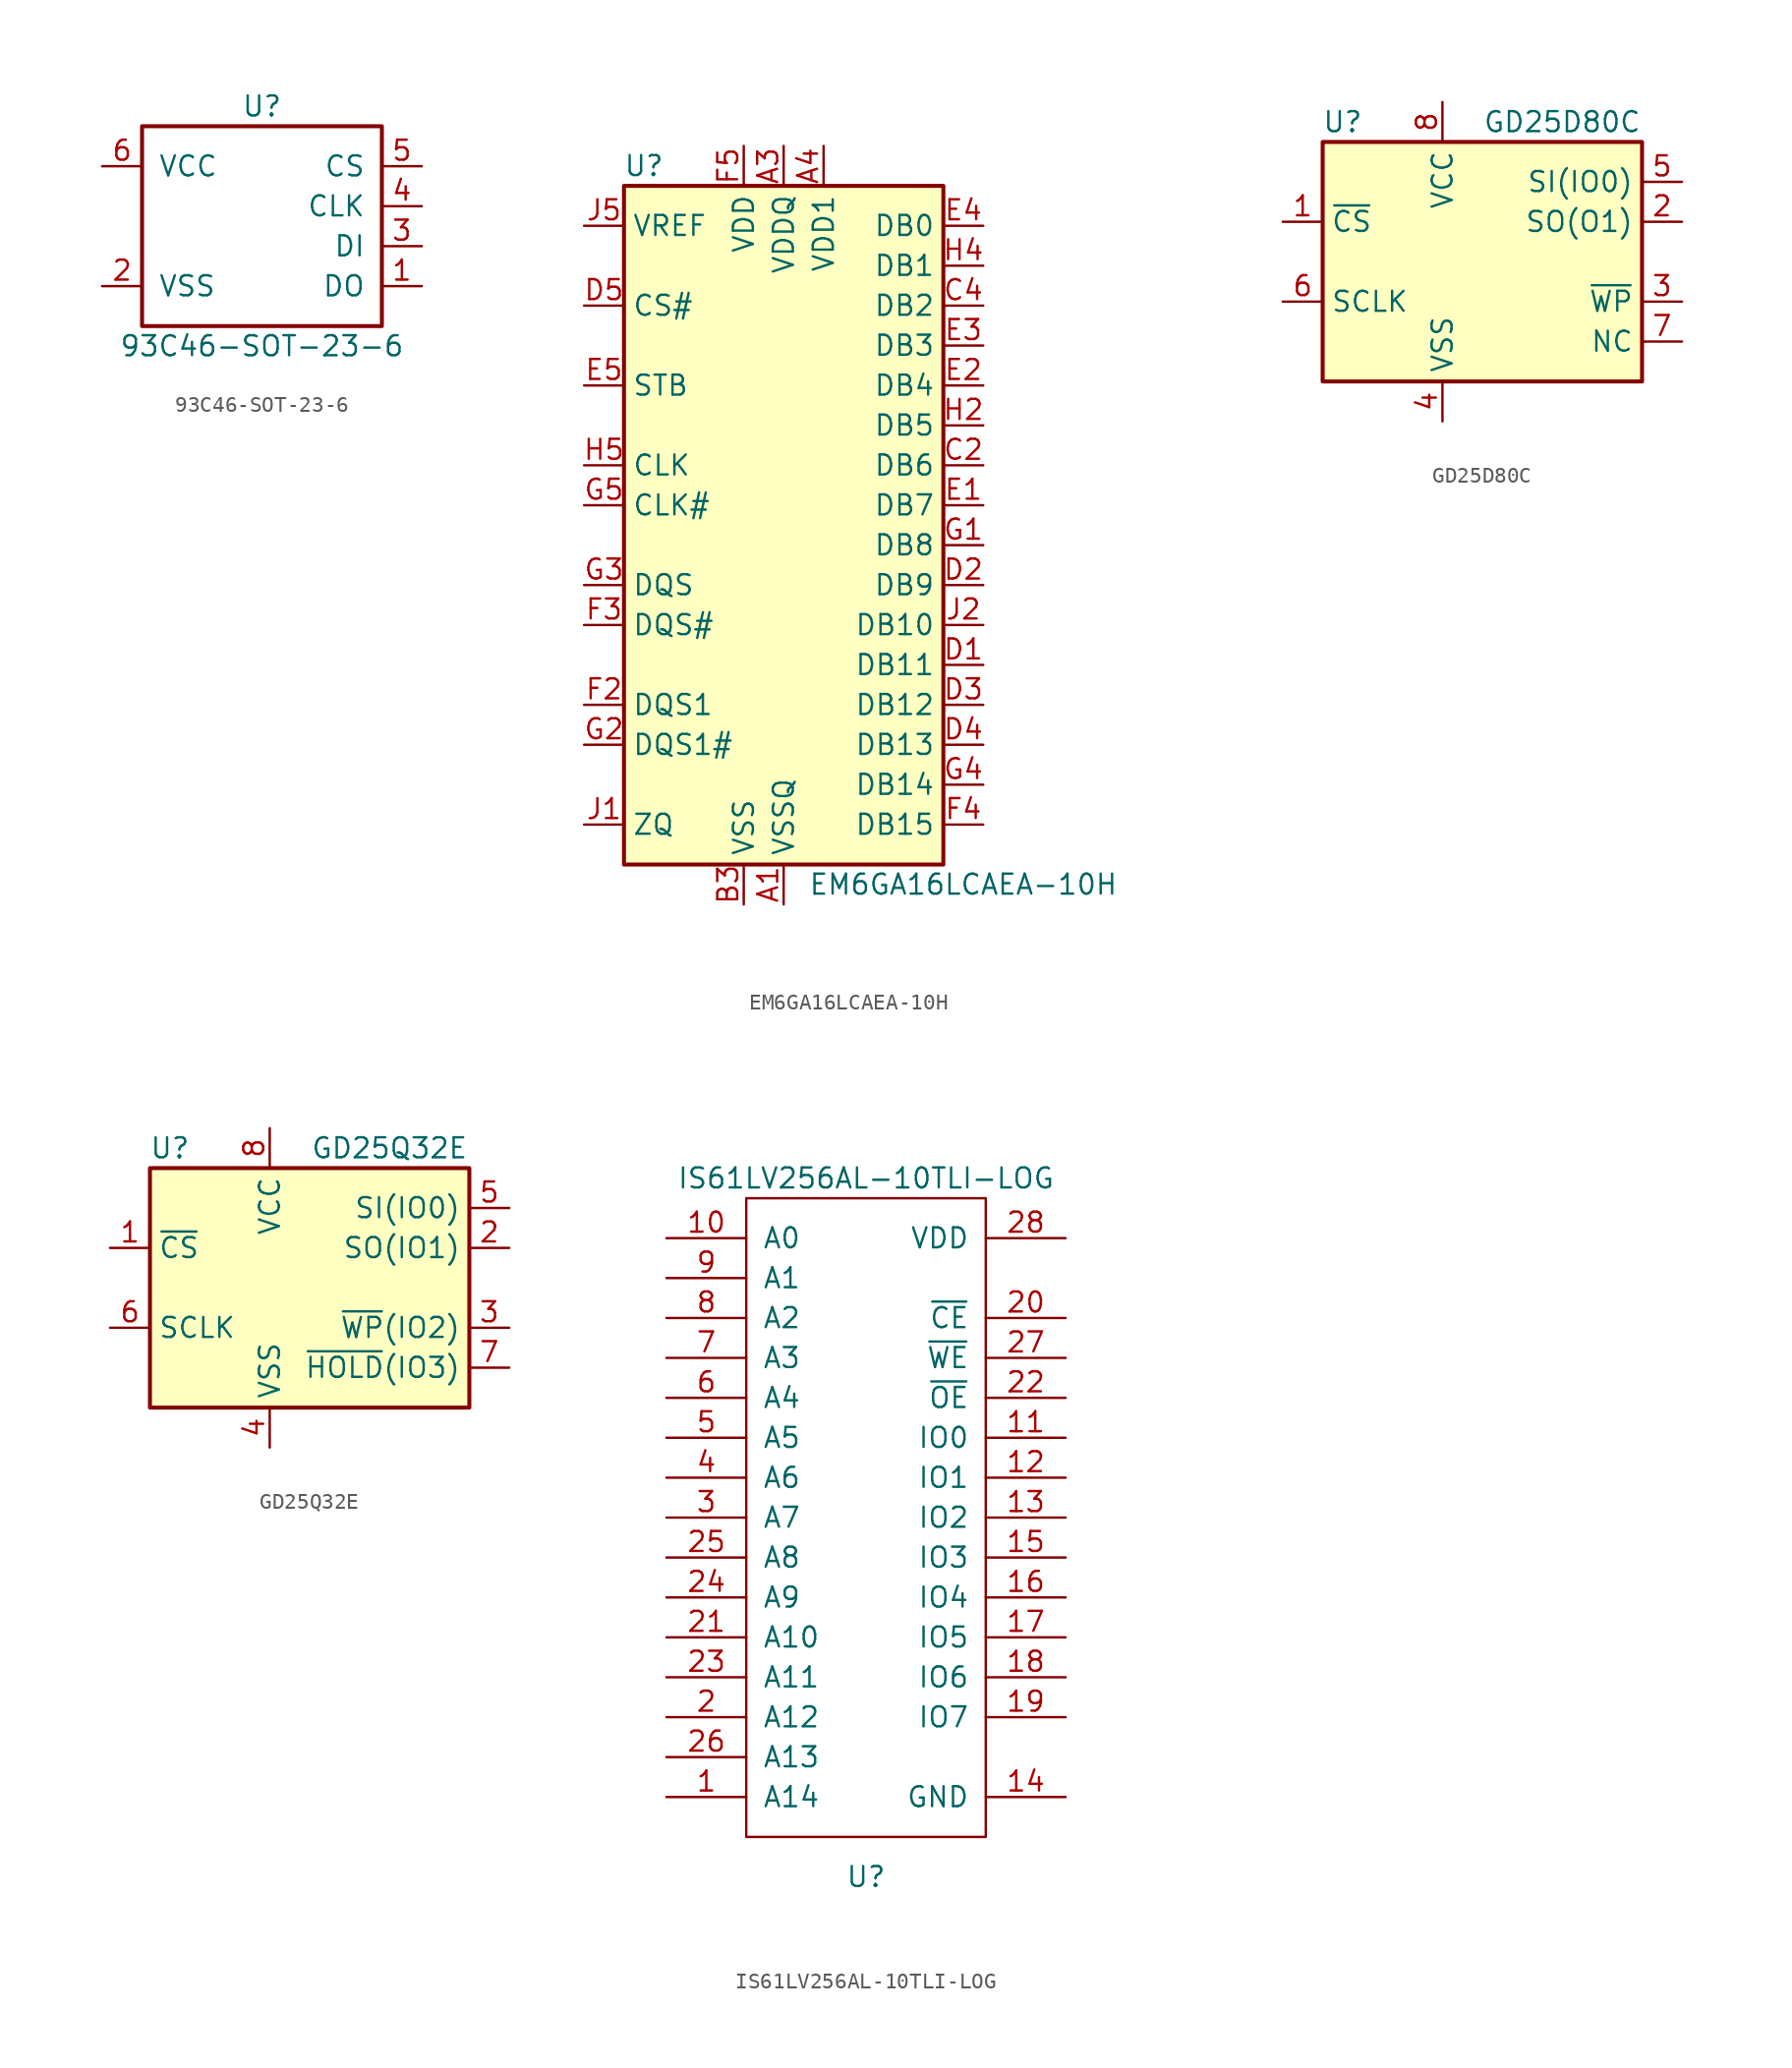
<source format=kicad_sym>
(kicad_symbol_lib
  (version 20211014)
  (generator kicad_symbol_editor)
  (symbol "93C46-SOT-23-6"
    (pin_names
      (offset 1.016))
    (property "Reference" "U"
      (at 0 6.35 0)
      (effects (font (size 1.27 1.27))))
    (property "Value" "93C46-SOT-23-6"
      (at 0 -8.89 0)
      (effects (font (size 1.27 1.27))))
    (symbol "93C46-SOT-23-6_0_1"
      (rectangle (start -7.62 5.08) (end 7.62 -7.62) (stroke (width 0.254) (type default) (color 0 0 0 0)) (fill (type none))))
    (symbol "93C46-SOT-23-6_1_1"
      (pin passive line (at 10.16 -5.08 180) (length 2.54) (name "DO" (effects (font (size 1.27 1.27)))) (number "1" (effects (font (size 1.27 1.27)))))
      (pin passive line (at -10.16 -5.08 0) (length 2.54) (name "VSS" (effects (font (size 1.27 1.27)))) (number "2" (effects (font (size 1.27 1.27)))))
      (pin passive line (at 10.16 -2.54 180) (length 2.54) (name "DI" (effects (font (size 1.27 1.27)))) (number "3" (effects (font (size 1.27 1.27)))))
      (pin passive line (at 10.16 0 180) (length 2.54) (name "CLK" (effects (font (size 1.27 1.27)))) (number "4" (effects (font (size 1.27 1.27)))))
      (pin passive line (at 10.16 2.54 180) (length 2.54) (name "CS" (effects (font (size 1.27 1.27)))) (number "5" (effects (font (size 1.27 1.27)))))
      (pin passive line (at -10.16 2.54 0) (length 2.54) (name "VCC" (effects (font (size 1.27 1.27)))) (number "6" (effects (font (size 1.27 1.27)))))))
  (symbol "EM6GA16LCAEA-10H"
    (property "Reference" "U"
      (at -8.89 21.59 0)
      (effects (font (size 1.27 1.27))))
    (property "Value" "EM6GA16LCAEA-10H"
      (at 11.43 -24.13 0)
      (effects (font (size 1.27 1.27))))
    (symbol "EM6GA16LCAEA-10H_0_1"
      (rectangle (start -10.16 20.32) (end 10.16 -22.86) (stroke (width 0.254) (type default) (color 0 0 0 0)) (fill (type background))))
    (symbol "EM6GA16LCAEA-10H_1_1"
      (pin power_in line (at 0 -25.4 90) (length 2.54) (name "VSSQ" (effects (font (size 1.27 1.27)))) (number "A1" (effects (font (size 1.27 1.27)))))
      (pin passive line (at 0 -25.4 90) (length 2.54) hide (name "VSSQ" (effects (font (size 1.27 1.27)))) (number "A2" (effects (font (size 1.27 1.27)))))
      (pin power_in line (at 0 22.86 270) (length 2.54) (name "VDDQ" (effects (font (size 1.27 1.27)))) (number "A3" (effects (font (size 1.27 1.27)))))
      (pin power_in line (at 2.54 22.86 270) (length 2.54) (name "VDD1" (effects (font (size 1.27 1.27)))) (number "A4" (effects (font (size 1.27 1.27)))))
      (pin passive line (at 0 22.86 270) (length 2.54) hide (name "VDDQ" (effects (font (size 1.27 1.27)))) (number "A5" (effects (font (size 1.27 1.27)))))
      (pin passive line (at 2.54 22.86 270) (length 2.54) hide (name "VDD1" (effects (font (size 1.27 1.27)))) (number "B1" (effects (font (size 1.27 1.27)))))
      (pin passive line (at 0 22.86 270) (length 2.54) hide (name "VDDQ" (effects (font (size 1.27 1.27)))) (number "B2" (effects (font (size 1.27 1.27)))))
      (pin power_in line (at -2.54 -25.4 90) (length 2.54) (name "VSS" (effects (font (size 1.27 1.27)))) (number "B3" (effects (font (size 1.27 1.27)))))
      (pin passive line (at 0 -25.4 90) (length 2.54) hide (name "VSSQ" (effects (font (size 1.27 1.27)))) (number "B4" (effects (font (size 1.27 1.27)))))
      (pin passive line (at 0 22.86 270) (length 2.54) hide (name "VDDQ" (effects (font (size 1.27 1.27)))) (number "B5" (effects (font (size 1.27 1.27)))))
      (pin passive line (at -2.54 -25.4 90) (length 2.54) hide (name "VSS" (effects (font (size 1.27 1.27)))) (number "C1" (effects (font (size 1.27 1.27)))))
      (pin bidirectional line (at 12.7 2.54 180) (length 2.54) (name "DB6" (effects (font (size 1.27 1.27)))) (number "C2" (effects (font (size 1.27 1.27)))))
      (pin passive line (at 0 -25.4 90) (length 2.54) hide (name "VSSQ" (effects (font (size 1.27 1.27)))) (number "C3" (effects (font (size 1.27 1.27)))))
      (pin bidirectional line (at 12.7 12.7 180) (length 2.54) (name "DB2" (effects (font (size 1.27 1.27)))) (number "C4" (effects (font (size 1.27 1.27)))))
      (pin passive line (at -2.54 -25.4 90) (length 2.54) hide (name "VSS" (effects (font (size 1.27 1.27)))) (number "C5" (effects (font (size 1.27 1.27)))))
      (pin bidirectional line (at 12.7 -10.16 180) (length 2.54) (name "DB11" (effects (font (size 1.27 1.27)))) (number "D1" (effects (font (size 1.27 1.27)))))
      (pin bidirectional line (at 12.7 -5.08 180) (length 2.54) (name "DB9" (effects (font (size 1.27 1.27)))) (number "D2" (effects (font (size 1.27 1.27)))))
      (pin bidirectional line (at 12.7 -12.7 180) (length 2.54) (name "DB12" (effects (font (size 1.27 1.27)))) (number "D3" (effects (font (size 1.27 1.27)))))
      (pin bidirectional line (at 12.7 -15.24 180) (length 2.54) (name "DB13" (effects (font (size 1.27 1.27)))) (number "D4" (effects (font (size 1.27 1.27)))))
      (pin input line (at -12.7 12.7 0) (length 2.54) (name "CS#" (effects (font (size 1.27 1.27)))) (number "D5" (effects (font (size 1.27 1.27)))))
      (pin bidirectional line (at 12.7 0 180) (length 2.54) (name "DB7" (effects (font (size 1.27 1.27)))) (number "E1" (effects (font (size 1.27 1.27)))))
      (pin bidirectional line (at 12.7 7.62 180) (length 2.54) (name "DB4" (effects (font (size 1.27 1.27)))) (number "E2" (effects (font (size 1.27 1.27)))))
      (pin bidirectional line (at 12.7 10.16 180) (length 2.54) (name "DB3" (effects (font (size 1.27 1.27)))) (number "E3" (effects (font (size 1.27 1.27)))))
      (pin bidirectional line (at 12.7 17.78 180) (length 2.54) (name "DB0" (effects (font (size 1.27 1.27)))) (number "E4" (effects (font (size 1.27 1.27)))))
      (pin input line (at -12.7 7.62 0) (length 2.54) (name "STB" (effects (font (size 1.27 1.27)))) (number "E5" (effects (font (size 1.27 1.27)))))
      (pin passive line (at 0 -25.4 90) (length 2.54) hide (name "VSSQ" (effects (font (size 1.27 1.27)))) (number "F1" (effects (font (size 1.27 1.27)))))
      (pin bidirectional line (at -12.7 -12.7 0) (length 2.54) (name "DQS1" (effects (font (size 1.27 1.27)))) (number "F2" (effects (font (size 1.27 1.27)))))
      (pin bidirectional line (at -12.7 -7.62 0) (length 2.54) (name "DQS#" (effects (font (size 1.27 1.27)))) (number "F3" (effects (font (size 1.27 1.27)))))
      (pin bidirectional line (at 12.7 -20.32 180) (length 2.54) (name "DB15" (effects (font (size 1.27 1.27)))) (number "F4" (effects (font (size 1.27 1.27)))))
      (pin power_in line (at -2.54 22.86 270) (length 2.54) (name "VDD" (effects (font (size 1.27 1.27)))) (number "F5" (effects (font (size 1.27 1.27)))))
      (pin bidirectional line (at 12.7 -2.54 180) (length 2.54) (name "DB8" (effects (font (size 1.27 1.27)))) (number "G1" (effects (font (size 1.27 1.27)))))
      (pin bidirectional line (at -12.7 -15.24 0) (length 2.54) (name "DQS1#" (effects (font (size 1.27 1.27)))) (number "G2" (effects (font (size 1.27 1.27)))))
      (pin bidirectional line (at -12.7 -5.08 0) (length 2.54) (name "DQS" (effects (font (size 1.27 1.27)))) (number "G3" (effects (font (size 1.27 1.27)))))
      (pin bidirectional line (at 12.7 -17.78 180) (length 2.54) (name "DB14" (effects (font (size 1.27 1.27)))) (number "G4" (effects (font (size 1.27 1.27)))))
      (pin input line (at -12.7 0 0) (length 2.54) (name "CLK#" (effects (font (size 1.27 1.27)))) (number "G5" (effects (font (size 1.27 1.27)))))
      (pin passive line (at -2.54 -25.4 90) (length 2.54) hide (name "VSS" (effects (font (size 1.27 1.27)))) (number "H1" (effects (font (size 1.27 1.27)))))
      (pin bidirectional line (at 12.7 5.08 180) (length 2.54) (name "DB5" (effects (font (size 1.27 1.27)))) (number "H2" (effects (font (size 1.27 1.27)))))
      (pin passive line (at 0 22.86 270) (length 2.54) hide (name "VDDQ" (effects (font (size 1.27 1.27)))) (number "H3" (effects (font (size 1.27 1.27)))))
      (pin bidirectional line (at 12.7 15.24 180) (length 2.54) (name "DB1" (effects (font (size 1.27 1.27)))) (number "H4" (effects (font (size 1.27 1.27)))))
      (pin input line (at -12.7 2.54 0) (length 2.54) (name "CLK" (effects (font (size 1.27 1.27)))) (number "H5" (effects (font (size 1.27 1.27)))))
      (pin input line (at -12.7 -20.32 0) (length 2.54) (name "ZQ" (effects (font (size 1.27 1.27)))) (number "J1" (effects (font (size 1.27 1.27)))))
      (pin bidirectional line (at 12.7 -7.62 180) (length 2.54) (name "DB10" (effects (font (size 1.27 1.27)))) (number "J2" (effects (font (size 1.27 1.27)))))
      (pin passive line (at 0 22.86 270) (length 2.54) hide (name "VDDQ" (effects (font (size 1.27 1.27)))) (number "J3" (effects (font (size 1.27 1.27)))))
      (pin passive line (at 0 -25.4 90) (length 2.54) hide (name "VSSQ" (effects (font (size 1.27 1.27)))) (number "J4" (effects (font (size 1.27 1.27)))))
      (pin input line (at -12.7 17.78 0) (length 2.54) (name "VREF" (effects (font (size 1.27 1.27)))) (number "J5" (effects (font (size 1.27 1.27)))))
      (pin passive line (at -2.54 22.86 270) (length 2.54) hide (name "VDD" (effects (font (size 1.27 1.27)))) (number "K1" (effects (font (size 1.27 1.27)))))
      (pin passive line (at 0 22.86 270) (length 2.54) hide (name "VDDQ" (effects (font (size 1.27 1.27)))) (number "K2" (effects (font (size 1.27 1.27)))))
      (pin passive line (at 0 -25.4 90) (length 2.54) hide (name "VSSQ" (effects (font (size 1.27 1.27)))) (number "K3" (effects (font (size 1.27 1.27)))))
      (pin passive line (at 0 -25.4 90) (length 2.54) hide (name "VSSQ" (effects (font (size 1.27 1.27)))) (number "K4" (effects (font (size 1.27 1.27)))))
      (pin passive line (at 0 22.86 270) (length 2.54) hide (name "VDDQ" (effects (font (size 1.27 1.27)))) (number "K5" (effects (font (size 1.27 1.27)))))))
  (symbol "GD25D80C"
    (property "Reference" "U"
      (at -8.89 8.89 0)
      (effects (font (size 1.27 1.27))))
    (property "Value" "GD25D80C"
      (at 5.08 8.89 0)
      (effects (font (size 1.27 1.27))))
    (symbol "GD25D80C_0_1"
      (rectangle (start -10.16 7.62) (end 10.16 -7.62) (stroke (width 0.254) (type default) (color 0 0 0 0)) (fill (type background))))
    (symbol "GD25D80C_1_1"
      (pin input line (at -12.7 2.54 0) (length 2.54) (name "~{CS}" (effects (font (size 1.27 1.27)))) (number "1" (effects (font (size 1.27 1.27)))))
      (pin output line (at 12.7 2.54 180) (length 2.54) (name "SO(O1)" (effects (font (size 1.27 1.27)))) (number "2" (effects (font (size 1.27 1.27)))))
      (pin input line (at 12.7 -2.54 180) (length 2.54) (name "~{WP}" (effects (font (size 1.27 1.27)))) (number "3" (effects (font (size 1.27 1.27)))))
      (pin power_in line (at -2.54 -10.16 90) (length 2.54) (name "VSS" (effects (font (size 1.27 1.27)))) (number "4" (effects (font (size 1.27 1.27)))))
      (pin bidirectional line (at 12.7 5.08 180) (length 2.54) (name "SI(IO0)" (effects (font (size 1.27 1.27)))) (number "5" (effects (font (size 1.27 1.27)))))
      (pin input line (at -12.7 -2.54 0) (length 2.54) (name "SCLK" (effects (font (size 1.27 1.27)))) (number "6" (effects (font (size 1.27 1.27)))))
      (pin unspecified line (at 12.7 -5.08 180) (length 2.54) (name "NC" (effects (font (size 1.27 1.27)))) (number "7" (effects (font (size 1.27 1.27)))))
      (pin power_in line (at -2.54 10.16 270) (length 2.54) (name "VCC" (effects (font (size 1.27 1.27)))) (number "8" (effects (font (size 1.27 1.27)))))
      (pin no_connect line (at 0 -7.62 90) (length 2.54) hide (name "EP" (effects (font (size 1.27 1.27)))) (number "9" (effects (font (size 1.27 1.27)))))))
  (symbol "GD25Q32E"
    (property "Reference" "U"
      (at -8.89 8.89 0)
      (effects (font (size 1.27 1.27))))
    (property "Value" "GD25Q32E"
      (at 5.08 8.89 0)
      (effects (font (size 1.27 1.27))))
    (symbol "GD25Q32E_0_1"
      (rectangle (start -10.16 7.62) (end 10.16 -7.62) (stroke (width 0.254) (type default) (color 0 0 0 0)) (fill (type background))))
    (symbol "GD25Q32E_1_1"
      (pin input line (at -12.7 2.54 0) (length 2.54) (name "~{CS}" (effects (font (size 1.27 1.27)))) (number "1" (effects (font (size 1.27 1.27)))))
      (pin bidirectional line (at 12.7 2.54 180) (length 2.54) (name "SO(IO1)" (effects (font (size 1.27 1.27)))) (number "2" (effects (font (size 1.27 1.27)))))
      (pin bidirectional line (at 12.7 -2.54 180) (length 2.54) (name "~{WP}(IO2)" (effects (font (size 1.27 1.27)))) (number "3" (effects (font (size 1.27 1.27)))))
      (pin power_in line (at -2.54 -10.16 90) (length 2.54) (name "VSS" (effects (font (size 1.27 1.27)))) (number "4" (effects (font (size 1.27 1.27)))))
      (pin bidirectional line (at 12.7 5.08 180) (length 2.54) (name "SI(IO0)" (effects (font (size 1.27 1.27)))) (number "5" (effects (font (size 1.27 1.27)))))
      (pin input line (at -12.7 -2.54 0) (length 2.54) (name "SCLK" (effects (font (size 1.27 1.27)))) (number "6" (effects (font (size 1.27 1.27)))))
      (pin bidirectional line (at 12.7 -5.08 180) (length 2.54) (name "~{HOLD}(IO3)" (effects (font (size 1.27 1.27)))) (number "7" (effects (font (size 1.27 1.27)))))
      (pin power_in line (at -2.54 10.16 270) (length 2.54) (name "VCC" (effects (font (size 1.27 1.27)))) (number "8" (effects (font (size 1.27 1.27)))))
      (pin no_connect line (at 0 -7.62 90) (length 2.54) hide (name "EP" (effects (font (size 1.27 1.27)))) (number "9" (effects (font (size 1.27 1.27)))))))
  (symbol "IS61LV256AL-10TLI-LOG"
    (pin_names
      (offset 1.016))
    (property "Reference" "U"
      (at 0 -24.13 0)
      (effects (font (size 1.27 1.27))))
    (property "Value" "IS61LV256AL-10TLI-LOG"
      (at 0 20.32 0)
      (effects (font (size 1.27 1.27))))
    (symbol "IS61LV256AL-10TLI-LOG_0_1"
      (rectangle (start -7.62 19.05) (end 7.62 -21.59) (stroke (width 0) (type default) (color 0 0 0 0)) (fill (type none))))
    (symbol "IS61LV256AL-10TLI-LOG_1_1"
      (pin passive line (at -12.7 -19.05 0) (length 5.08) (name "A14" (effects (font (size 1.27 1.27)))) (number "1" (effects (font (size 1.27 1.27)))))
      (pin passive line (at -12.7 16.51 0) (length 5.08) (name "A0" (effects (font (size 1.27 1.27)))) (number "10" (effects (font (size 1.27 1.27)))))
      (pin passive line (at 12.7 3.81 180) (length 5.08) (name "IO0" (effects (font (size 1.27 1.27)))) (number "11" (effects (font (size 1.27 1.27)))))
      (pin passive line (at 12.7 1.27 180) (length 5.08) (name "IO1" (effects (font (size 1.27 1.27)))) (number "12" (effects (font (size 1.27 1.27)))))
      (pin passive line (at 12.7 -1.27 180) (length 5.08) (name "IO2" (effects (font (size 1.27 1.27)))) (number "13" (effects (font (size 1.27 1.27)))))
      (pin passive line (at 12.7 -19.05 180) (length 5.08) (name "GND" (effects (font (size 1.27 1.27)))) (number "14" (effects (font (size 1.27 1.27)))))
      (pin input line (at 12.7 -3.81 180) (length 5.08) (name "IO3" (effects (font (size 1.27 1.27)))) (number "15" (effects (font (size 1.27 1.27)))))
      (pin input line (at 12.7 -6.35 180) (length 5.08) (name "IO4" (effects (font (size 1.27 1.27)))) (number "16" (effects (font (size 1.27 1.27)))))
      (pin input line (at 12.7 -8.89 180) (length 5.08) (name "IO5" (effects (font (size 1.27 1.27)))) (number "17" (effects (font (size 1.27 1.27)))))
      (pin input line (at 12.7 -11.43 180) (length 5.08) (name "IO6" (effects (font (size 1.27 1.27)))) (number "18" (effects (font (size 1.27 1.27)))))
      (pin input line (at 12.7 -13.97 180) (length 5.08) (name "IO7" (effects (font (size 1.27 1.27)))) (number "19" (effects (font (size 1.27 1.27)))))
      (pin passive line (at -12.7 -13.97 0) (length 5.08) (name "A12" (effects (font (size 1.27 1.27)))) (number "2" (effects (font (size 1.27 1.27)))))
      (pin input line (at 12.7 11.43 180) (length 5.08) (name "~{CE}" (effects (font (size 1.27 1.27)))) (number "20" (effects (font (size 1.27 1.27)))))
      (pin input line (at -12.7 -8.89 0) (length 5.08) (name "A10" (effects (font (size 1.27 1.27)))) (number "21" (effects (font (size 1.27 1.27)))))
      (pin input line (at 12.7 6.35 180) (length 5.08) (name "~{OE}" (effects (font (size 1.27 1.27)))) (number "22" (effects (font (size 1.27 1.27)))))
      (pin input line (at -12.7 -11.43 0) (length 5.08) (name "A11" (effects (font (size 1.27 1.27)))) (number "23" (effects (font (size 1.27 1.27)))))
      (pin input line (at -12.7 -6.35 0) (length 5.08) (name "A9" (effects (font (size 1.27 1.27)))) (number "24" (effects (font (size 1.27 1.27)))))
      (pin input line (at -12.7 -3.81 0) (length 5.08) (name "A8" (effects (font (size 1.27 1.27)))) (number "25" (effects (font (size 1.27 1.27)))))
      (pin input line (at -12.7 -16.51 0) (length 5.08) (name "A13" (effects (font (size 1.27 1.27)))) (number "26" (effects (font (size 1.27 1.27)))))
      (pin input line (at 12.7 8.89 180) (length 5.08) (name "~{WE}" (effects (font (size 1.27 1.27)))) (number "27" (effects (font (size 1.27 1.27)))))
      (pin input line (at 12.7 16.51 180) (length 5.08) (name "VDD" (effects (font (size 1.27 1.27)))) (number "28" (effects (font (size 1.27 1.27)))))
      (pin passive line (at -12.7 -1.27 0) (length 5.08) (name "A7" (effects (font (size 1.27 1.27)))) (number "3" (effects (font (size 1.27 1.27)))))
      (pin passive line (at -12.7 1.27 0) (length 5.08) (name "A6" (effects (font (size 1.27 1.27)))) (number "4" (effects (font (size 1.27 1.27)))))
      (pin passive line (at -12.7 3.81 0) (length 5.08) (name "A5" (effects (font (size 1.27 1.27)))) (number "5" (effects (font (size 1.27 1.27)))))
      (pin passive line (at -12.7 6.35 0) (length 5.08) (name "A4" (effects (font (size 1.27 1.27)))) (number "6" (effects (font (size 1.27 1.27)))))
      (pin passive line (at -12.7 8.89 0) (length 5.08) (name "A3" (effects (font (size 1.27 1.27)))) (number "7" (effects (font (size 1.27 1.27)))))
      (pin passive line (at -12.7 11.43 0) (length 5.08) (name "A2" (effects (font (size 1.27 1.27)))) (number "8" (effects (font (size 1.27 1.27)))))
      (pin passive line (at -12.7 13.97 0) (length 5.08) (name "A1" (effects (font (size 1.27 1.27)))) (number "9" (effects (font (size 1.27 1.27))))))))
</source>
